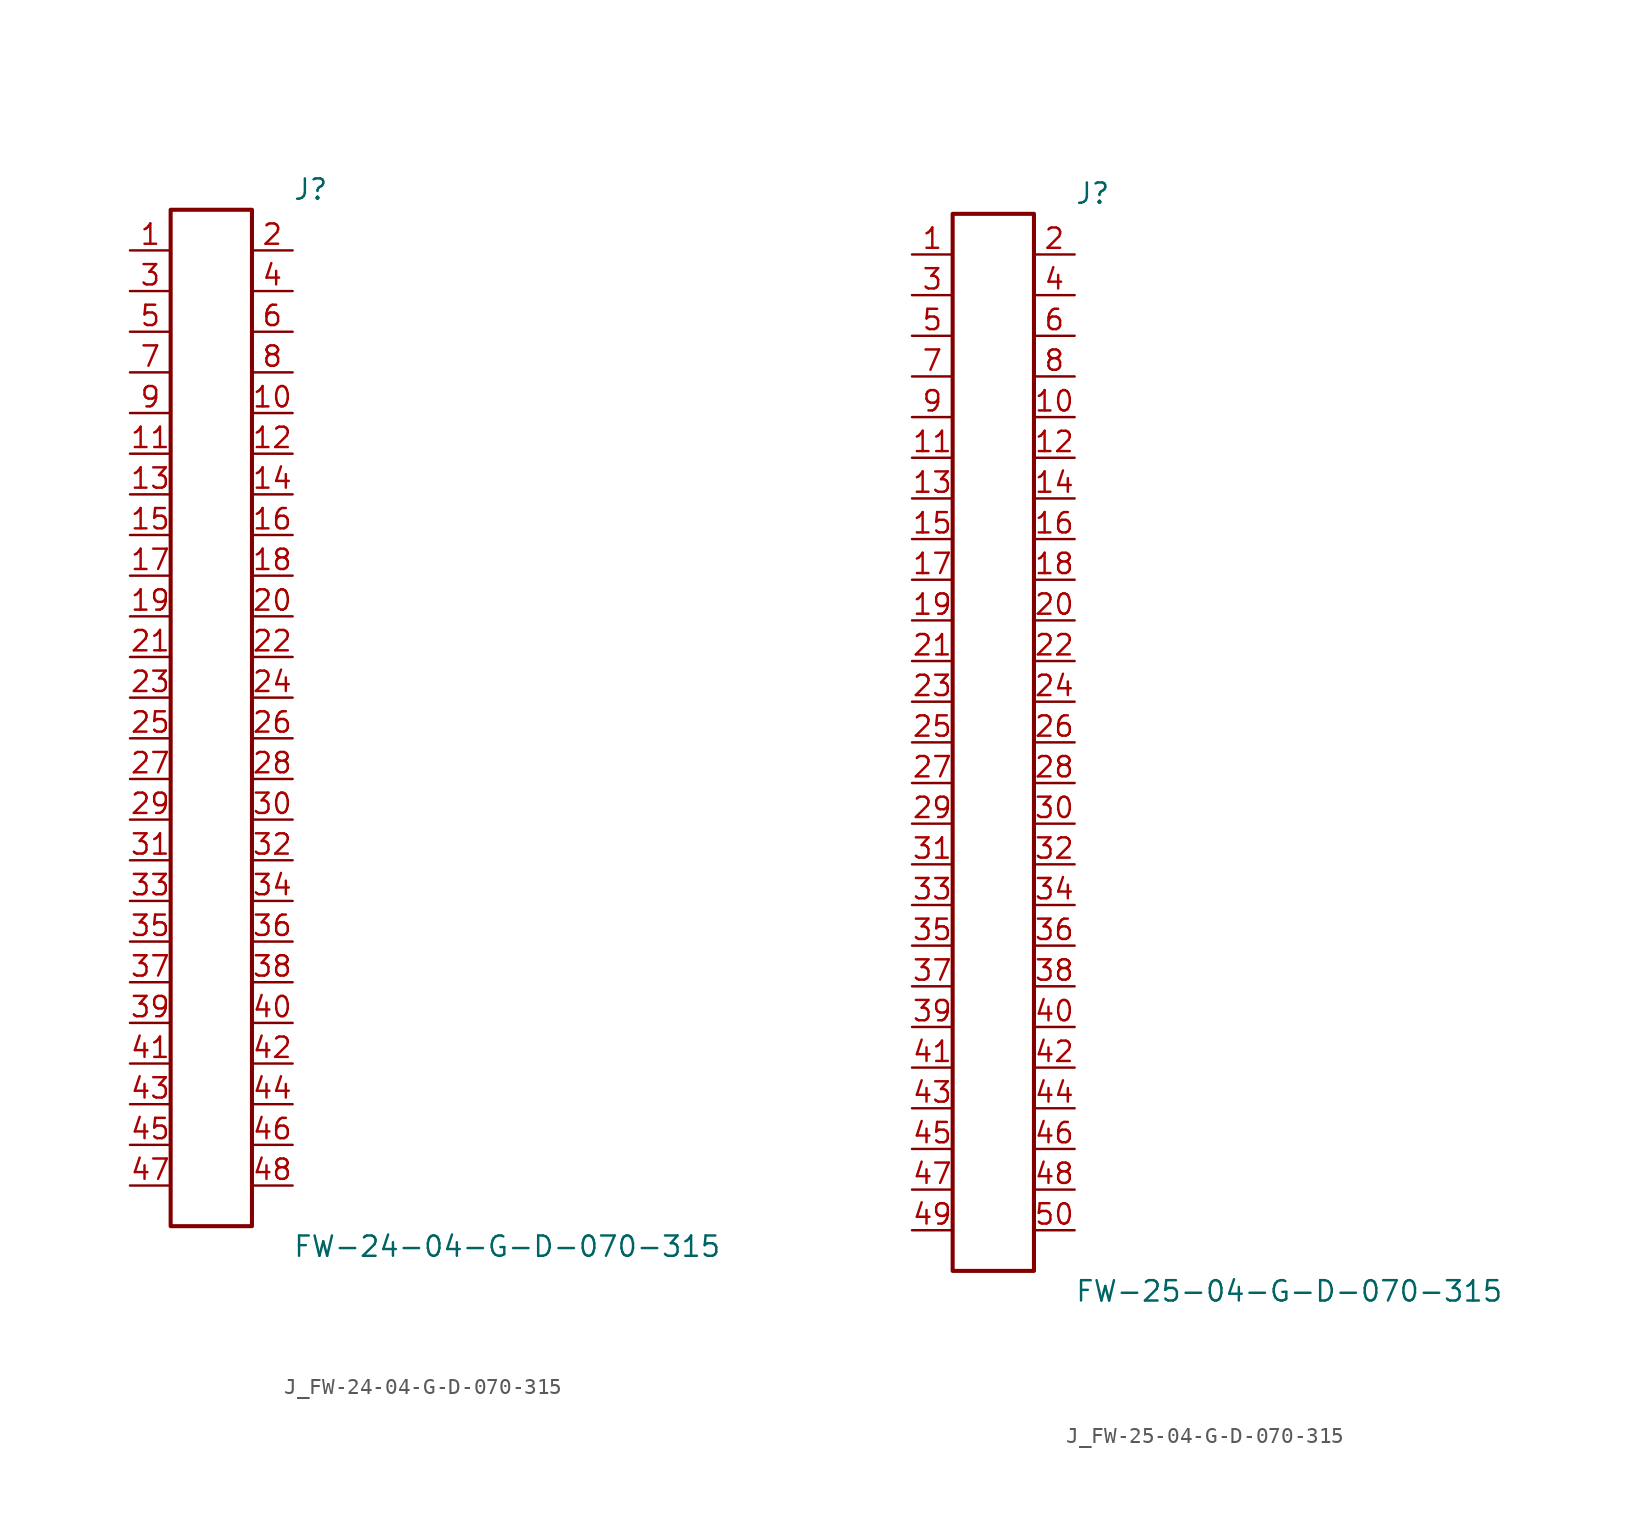
<source format=kicad_sym>
(kicad_symbol_lib
  (version 20231120)
  (generator kicad_symbol_editor)
  (generator_version 8.0)
  (symbol "J_FW-24-04-G-D-070-315"
    (pin_names
      (offset 0.254))
    (property "Reference" "J"
      (at 5.08 33.02 0)
      (effects (font (size 1.27 1.27)) (justify left)))
    (property "Value" "FW-24-04-G-D-070-315"
      (at 5.08 -33.02 0)
      (effects (font (size 1.27 1.27)) (justify left)))
    (symbol "J_FW-24-04-G-D-070-315_0_0"
      (pin passive line (at -5.08 29.21 0) (length 2.54) (name "" (effects (font (size 1.27 1.27)))) (number "1" (effects (font (size 1.27 1.27)))))
      (pin passive line (at 5.08 29.21 180) (length 2.54) (name "" (effects (font (size 1.27 1.27)))) (number "2" (effects (font (size 1.27 1.27)))))
      (pin passive line (at -5.08 26.67 0) (length 2.54) (name "" (effects (font (size 1.27 1.27)))) (number "3" (effects (font (size 1.27 1.27)))))
      (pin passive line (at 5.08 26.67 180) (length 2.54) (name "" (effects (font (size 1.27 1.27)))) (number "4" (effects (font (size 1.27 1.27)))))
      (pin passive line (at -5.08 24.13 0) (length 2.54) (name "" (effects (font (size 1.27 1.27)))) (number "5" (effects (font (size 1.27 1.27)))))
      (pin passive line (at 5.08 24.13 180) (length 2.54) (name "" (effects (font (size 1.27 1.27)))) (number "6" (effects (font (size 1.27 1.27)))))
      (pin passive line (at -5.08 21.59 0) (length 2.54) (name "" (effects (font (size 1.27 1.27)))) (number "7" (effects (font (size 1.27 1.27)))))
      (pin passive line (at 5.08 21.59 180) (length 2.54) (name "" (effects (font (size 1.27 1.27)))) (number "8" (effects (font (size 1.27 1.27)))))
      (pin passive line (at -5.08 19.05 0) (length 2.54) (name "" (effects (font (size 1.27 1.27)))) (number "9" (effects (font (size 1.27 1.27)))))
      (pin passive line (at 5.08 19.05 180) (length 2.54) (name "" (effects (font (size 1.27 1.27)))) (number "10" (effects (font (size 1.27 1.27)))))
      (pin passive line (at -5.08 16.51 0) (length 2.54) (name "" (effects (font (size 1.27 1.27)))) (number "11" (effects (font (size 1.27 1.27)))))
      (pin passive line (at 5.08 16.51 180) (length 2.54) (name "" (effects (font (size 1.27 1.27)))) (number "12" (effects (font (size 1.27 1.27)))))
      (pin passive line (at -5.08 13.97 0) (length 2.54) (name "" (effects (font (size 1.27 1.27)))) (number "13" (effects (font (size 1.27 1.27)))))
      (pin passive line (at 5.08 13.97 180) (length 2.54) (name "" (effects (font (size 1.27 1.27)))) (number "14" (effects (font (size 1.27 1.27)))))
      (pin passive line (at -5.08 11.43 0) (length 2.54) (name "" (effects (font (size 1.27 1.27)))) (number "15" (effects (font (size 1.27 1.27)))))
      (pin passive line (at 5.08 11.43 180) (length 2.54) (name "" (effects (font (size 1.27 1.27)))) (number "16" (effects (font (size 1.27 1.27)))))
      (pin passive line (at -5.08 8.89 0) (length 2.54) (name "" (effects (font (size 1.27 1.27)))) (number "17" (effects (font (size 1.27 1.27)))))
      (pin passive line (at 5.08 8.89 180) (length 2.54) (name "" (effects (font (size 1.27 1.27)))) (number "18" (effects (font (size 1.27 1.27)))))
      (pin passive line (at -5.08 6.35 0) (length 2.54) (name "" (effects (font (size 1.27 1.27)))) (number "19" (effects (font (size 1.27 1.27)))))
      (pin passive line (at 5.08 6.35 180) (length 2.54) (name "" (effects (font (size 1.27 1.27)))) (number "20" (effects (font (size 1.27 1.27)))))
      (pin passive line (at -5.08 3.81 0) (length 2.54) (name "" (effects (font (size 1.27 1.27)))) (number "21" (effects (font (size 1.27 1.27)))))
      (pin passive line (at 5.08 3.81 180) (length 2.54) (name "" (effects (font (size 1.27 1.27)))) (number "22" (effects (font (size 1.27 1.27)))))
      (pin passive line (at -5.08 1.27 0) (length 2.54) (name "" (effects (font (size 1.27 1.27)))) (number "23" (effects (font (size 1.27 1.27)))))
      (pin passive line (at 5.08 1.27 180) (length 2.54) (name "" (effects (font (size 1.27 1.27)))) (number "24" (effects (font (size 1.27 1.27)))))
      (pin passive line (at -5.08 -1.27 0) (length 2.54) (name "" (effects (font (size 1.27 1.27)))) (number "25" (effects (font (size 1.27 1.27)))))
      (pin passive line (at 5.08 -1.27 180) (length 2.54) (name "" (effects (font (size 1.27 1.27)))) (number "26" (effects (font (size 1.27 1.27)))))
      (pin passive line (at -5.08 -3.81 0) (length 2.54) (name "" (effects (font (size 1.27 1.27)))) (number "27" (effects (font (size 1.27 1.27)))))
      (pin passive line (at 5.08 -3.81 180) (length 2.54) (name "" (effects (font (size 1.27 1.27)))) (number "28" (effects (font (size 1.27 1.27)))))
      (pin passive line (at -5.08 -6.35 0) (length 2.54) (name "" (effects (font (size 1.27 1.27)))) (number "29" (effects (font (size 1.27 1.27)))))
      (pin passive line (at 5.08 -6.35 180) (length 2.54) (name "" (effects (font (size 1.27 1.27)))) (number "30" (effects (font (size 1.27 1.27)))))
      (pin passive line (at -5.08 -8.89 0) (length 2.54) (name "" (effects (font (size 1.27 1.27)))) (number "31" (effects (font (size 1.27 1.27)))))
      (pin passive line (at 5.08 -8.89 180) (length 2.54) (name "" (effects (font (size 1.27 1.27)))) (number "32" (effects (font (size 1.27 1.27)))))
      (pin passive line (at -5.08 -11.43 0) (length 2.54) (name "" (effects (font (size 1.27 1.27)))) (number "33" (effects (font (size 1.27 1.27)))))
      (pin passive line (at 5.08 -11.43 180) (length 2.54) (name "" (effects (font (size 1.27 1.27)))) (number "34" (effects (font (size 1.27 1.27)))))
      (pin passive line (at -5.08 -13.97 0) (length 2.54) (name "" (effects (font (size 1.27 1.27)))) (number "35" (effects (font (size 1.27 1.27)))))
      (pin passive line (at 5.08 -13.97 180) (length 2.54) (name "" (effects (font (size 1.27 1.27)))) (number "36" (effects (font (size 1.27 1.27)))))
      (pin passive line (at -5.08 -16.51 0) (length 2.54) (name "" (effects (font (size 1.27 1.27)))) (number "37" (effects (font (size 1.27 1.27)))))
      (pin passive line (at 5.08 -16.51 180) (length 2.54) (name "" (effects (font (size 1.27 1.27)))) (number "38" (effects (font (size 1.27 1.27)))))
      (pin passive line (at -5.08 -19.05 0) (length 2.54) (name "" (effects (font (size 1.27 1.27)))) (number "39" (effects (font (size 1.27 1.27)))))
      (pin passive line (at 5.08 -19.05 180) (length 2.54) (name "" (effects (font (size 1.27 1.27)))) (number "40" (effects (font (size 1.27 1.27)))))
      (pin passive line (at -5.08 -21.59 0) (length 2.54) (name "" (effects (font (size 1.27 1.27)))) (number "41" (effects (font (size 1.27 1.27)))))
      (pin passive line (at 5.08 -21.59 180) (length 2.54) (name "" (effects (font (size 1.27 1.27)))) (number "42" (effects (font (size 1.27 1.27)))))
      (pin passive line (at -5.08 -24.13 0) (length 2.54) (name "" (effects (font (size 1.27 1.27)))) (number "43" (effects (font (size 1.27 1.27)))))
      (pin passive line (at 5.08 -24.13 180) (length 2.54) (name "" (effects (font (size 1.27 1.27)))) (number "44" (effects (font (size 1.27 1.27)))))
      (pin passive line (at -5.08 -26.67 0) (length 2.54) (name "" (effects (font (size 1.27 1.27)))) (number "45" (effects (font (size 1.27 1.27)))))
      (pin passive line (at 5.08 -26.67 180) (length 2.54) (name "" (effects (font (size 1.27 1.27)))) (number "46" (effects (font (size 1.27 1.27)))))
      (pin passive line (at -5.08 -29.21 0) (length 2.54) (name "" (effects (font (size 1.27 1.27)))) (number "47" (effects (font (size 1.27 1.27)))))
      (pin passive line (at 5.08 -29.21 180) (length 2.54) (name "" (effects (font (size 1.27 1.27)))) (number "48" (effects (font (size 1.27 1.27))))))
    (symbol "J_FW-24-04-G-D-070-315_1_0"
      (rectangle (start -2.54 31.75) (end 2.54 -31.75) (stroke (width 0.254) (type solid)) (fill (type none)))))
  (symbol "J_FW-25-04-G-D-070-315"
    (pin_names
      (offset 0.254))
    (property "Reference" "J"
      (at 5.08 34.29 0)
      (effects (font (size 1.27 1.27)) (justify left)))
    (property "Value" "FW-25-04-G-D-070-315"
      (at 5.08 -34.29 0)
      (effects (font (size 1.27 1.27)) (justify left)))
    (symbol "J_FW-25-04-G-D-070-315_0_0"
      (pin passive line (at -5.08 30.48 0) (length 2.54) (name "" (effects (font (size 1.27 1.27)))) (number "1" (effects (font (size 1.27 1.27)))))
      (pin passive line (at 5.08 30.48 180) (length 2.54) (name "" (effects (font (size 1.27 1.27)))) (number "2" (effects (font (size 1.27 1.27)))))
      (pin passive line (at -5.08 27.94 0) (length 2.54) (name "" (effects (font (size 1.27 1.27)))) (number "3" (effects (font (size 1.27 1.27)))))
      (pin passive line (at 5.08 27.94 180) (length 2.54) (name "" (effects (font (size 1.27 1.27)))) (number "4" (effects (font (size 1.27 1.27)))))
      (pin passive line (at -5.08 25.4 0) (length 2.54) (name "" (effects (font (size 1.27 1.27)))) (number "5" (effects (font (size 1.27 1.27)))))
      (pin passive line (at 5.08 25.4 180) (length 2.54) (name "" (effects (font (size 1.27 1.27)))) (number "6" (effects (font (size 1.27 1.27)))))
      (pin passive line (at -5.08 22.86 0) (length 2.54) (name "" (effects (font (size 1.27 1.27)))) (number "7" (effects (font (size 1.27 1.27)))))
      (pin passive line (at 5.08 22.86 180) (length 2.54) (name "" (effects (font (size 1.27 1.27)))) (number "8" (effects (font (size 1.27 1.27)))))
      (pin passive line (at -5.08 20.32 0) (length 2.54) (name "" (effects (font (size 1.27 1.27)))) (number "9" (effects (font (size 1.27 1.27)))))
      (pin passive line (at 5.08 20.32 180) (length 2.54) (name "" (effects (font (size 1.27 1.27)))) (number "10" (effects (font (size 1.27 1.27)))))
      (pin passive line (at -5.08 17.78 0) (length 2.54) (name "" (effects (font (size 1.27 1.27)))) (number "11" (effects (font (size 1.27 1.27)))))
      (pin passive line (at 5.08 17.78 180) (length 2.54) (name "" (effects (font (size 1.27 1.27)))) (number "12" (effects (font (size 1.27 1.27)))))
      (pin passive line (at -5.08 15.24 0) (length 2.54) (name "" (effects (font (size 1.27 1.27)))) (number "13" (effects (font (size 1.27 1.27)))))
      (pin passive line (at 5.08 15.24 180) (length 2.54) (name "" (effects (font (size 1.27 1.27)))) (number "14" (effects (font (size 1.27 1.27)))))
      (pin passive line (at -5.08 12.7 0) (length 2.54) (name "" (effects (font (size 1.27 1.27)))) (number "15" (effects (font (size 1.27 1.27)))))
      (pin passive line (at 5.08 12.7 180) (length 2.54) (name "" (effects (font (size 1.27 1.27)))) (number "16" (effects (font (size 1.27 1.27)))))
      (pin passive line (at -5.08 10.16 0) (length 2.54) (name "" (effects (font (size 1.27 1.27)))) (number "17" (effects (font (size 1.27 1.27)))))
      (pin passive line (at 5.08 10.16 180) (length 2.54) (name "" (effects (font (size 1.27 1.27)))) (number "18" (effects (font (size 1.27 1.27)))))
      (pin passive line (at -5.08 7.62 0) (length 2.54) (name "" (effects (font (size 1.27 1.27)))) (number "19" (effects (font (size 1.27 1.27)))))
      (pin passive line (at 5.08 7.62 180) (length 2.54) (name "" (effects (font (size 1.27 1.27)))) (number "20" (effects (font (size 1.27 1.27)))))
      (pin passive line (at -5.08 5.08 0) (length 2.54) (name "" (effects (font (size 1.27 1.27)))) (number "21" (effects (font (size 1.27 1.27)))))
      (pin passive line (at 5.08 5.08 180) (length 2.54) (name "" (effects (font (size 1.27 1.27)))) (number "22" (effects (font (size 1.27 1.27)))))
      (pin passive line (at -5.08 2.54 0) (length 2.54) (name "" (effects (font (size 1.27 1.27)))) (number "23" (effects (font (size 1.27 1.27)))))
      (pin passive line (at 5.08 2.54 180) (length 2.54) (name "" (effects (font (size 1.27 1.27)))) (number "24" (effects (font (size 1.27 1.27)))))
      (pin passive line (at -5.08 0.0 0) (length 2.54) (name "" (effects (font (size 1.27 1.27)))) (number "25" (effects (font (size 1.27 1.27)))))
      (pin passive line (at 5.08 0.0 180) (length 2.54) (name "" (effects (font (size 1.27 1.27)))) (number "26" (effects (font (size 1.27 1.27)))))
      (pin passive line (at -5.08 -2.54 0) (length 2.54) (name "" (effects (font (size 1.27 1.27)))) (number "27" (effects (font (size 1.27 1.27)))))
      (pin passive line (at 5.08 -2.54 180) (length 2.54) (name "" (effects (font (size 1.27 1.27)))) (number "28" (effects (font (size 1.27 1.27)))))
      (pin passive line (at -5.08 -5.08 0) (length 2.54) (name "" (effects (font (size 1.27 1.27)))) (number "29" (effects (font (size 1.27 1.27)))))
      (pin passive line (at 5.08 -5.08 180) (length 2.54) (name "" (effects (font (size 1.27 1.27)))) (number "30" (effects (font (size 1.27 1.27)))))
      (pin passive line (at -5.08 -7.62 0) (length 2.54) (name "" (effects (font (size 1.27 1.27)))) (number "31" (effects (font (size 1.27 1.27)))))
      (pin passive line (at 5.08 -7.62 180) (length 2.54) (name "" (effects (font (size 1.27 1.27)))) (number "32" (effects (font (size 1.27 1.27)))))
      (pin passive line (at -5.08 -10.16 0) (length 2.54) (name "" (effects (font (size 1.27 1.27)))) (number "33" (effects (font (size 1.27 1.27)))))
      (pin passive line (at 5.08 -10.16 180) (length 2.54) (name "" (effects (font (size 1.27 1.27)))) (number "34" (effects (font (size 1.27 1.27)))))
      (pin passive line (at -5.08 -12.7 0) (length 2.54) (name "" (effects (font (size 1.27 1.27)))) (number "35" (effects (font (size 1.27 1.27)))))
      (pin passive line (at 5.08 -12.7 180) (length 2.54) (name "" (effects (font (size 1.27 1.27)))) (number "36" (effects (font (size 1.27 1.27)))))
      (pin passive line (at -5.08 -15.24 0) (length 2.54) (name "" (effects (font (size 1.27 1.27)))) (number "37" (effects (font (size 1.27 1.27)))))
      (pin passive line (at 5.08 -15.24 180) (length 2.54) (name "" (effects (font (size 1.27 1.27)))) (number "38" (effects (font (size 1.27 1.27)))))
      (pin passive line (at -5.08 -17.78 0) (length 2.54) (name "" (effects (font (size 1.27 1.27)))) (number "39" (effects (font (size 1.27 1.27)))))
      (pin passive line (at 5.08 -17.78 180) (length 2.54) (name "" (effects (font (size 1.27 1.27)))) (number "40" (effects (font (size 1.27 1.27)))))
      (pin passive line (at -5.08 -20.32 0) (length 2.54) (name "" (effects (font (size 1.27 1.27)))) (number "41" (effects (font (size 1.27 1.27)))))
      (pin passive line (at 5.08 -20.32 180) (length 2.54) (name "" (effects (font (size 1.27 1.27)))) (number "42" (effects (font (size 1.27 1.27)))))
      (pin passive line (at -5.08 -22.86 0) (length 2.54) (name "" (effects (font (size 1.27 1.27)))) (number "43" (effects (font (size 1.27 1.27)))))
      (pin passive line (at 5.08 -22.86 180) (length 2.54) (name "" (effects (font (size 1.27 1.27)))) (number "44" (effects (font (size 1.27 1.27)))))
      (pin passive line (at -5.08 -25.4 0) (length 2.54) (name "" (effects (font (size 1.27 1.27)))) (number "45" (effects (font (size 1.27 1.27)))))
      (pin passive line (at 5.08 -25.4 180) (length 2.54) (name "" (effects (font (size 1.27 1.27)))) (number "46" (effects (font (size 1.27 1.27)))))
      (pin passive line (at -5.08 -27.94 0) (length 2.54) (name "" (effects (font (size 1.27 1.27)))) (number "47" (effects (font (size 1.27 1.27)))))
      (pin passive line (at 5.08 -27.94 180) (length 2.54) (name "" (effects (font (size 1.27 1.27)))) (number "48" (effects (font (size 1.27 1.27)))))
      (pin passive line (at -5.08 -30.48 0) (length 2.54) (name "" (effects (font (size 1.27 1.27)))) (number "49" (effects (font (size 1.27 1.27)))))
      (pin passive line (at 5.08 -30.48 180) (length 2.54) (name "" (effects (font (size 1.27 1.27)))) (number "50" (effects (font (size 1.27 1.27))))))
    (symbol "J_FW-25-04-G-D-070-315_1_0"
      (rectangle (start -2.54 33.02) (end 2.54 -33.02) (stroke (width 0.254) (type solid)) (fill (type none))))))
</source>
